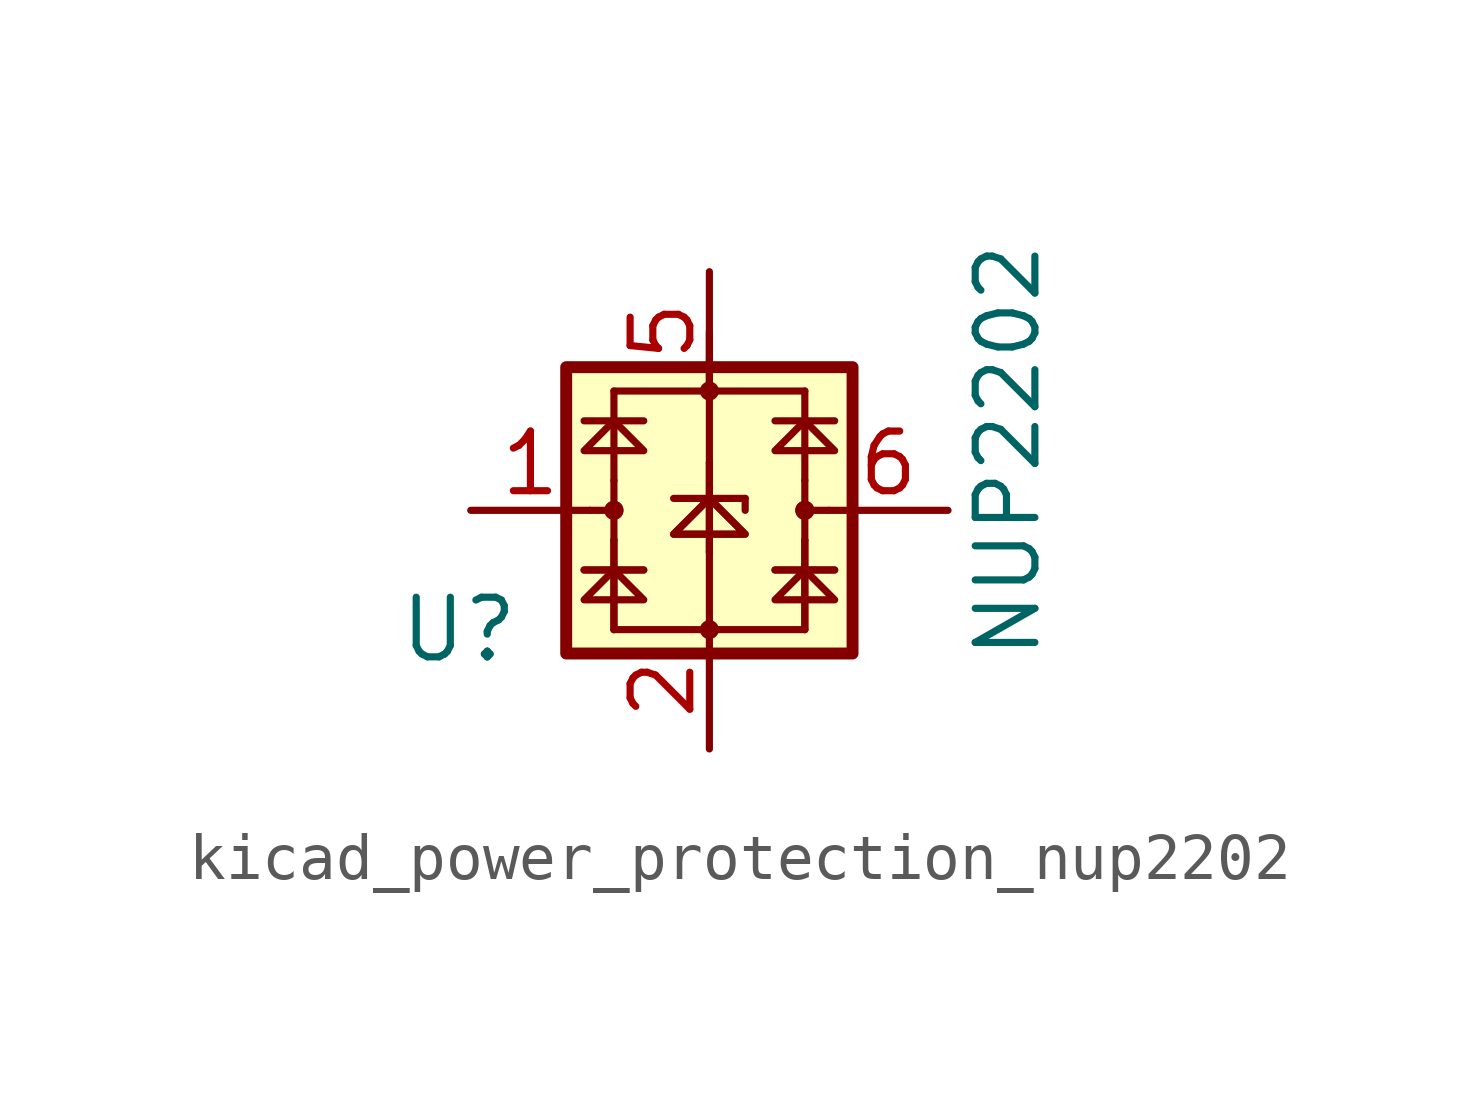
<source format=kicad_sym>
(kicad_symbol_lib
  (version 20220914)
  (generator kicad_symbol_editor)
  (symbol "kicad_power_protection_nup2202"
    (property "Reference" "U"
      (at -5.334 -2.54 0)
      (effects (font (size 1.27 1.27))))
    (property "Value" "NUP2202"
      (at 6.35 1.27 90)
      (effects (font (size 1.27 1.27))))
    (symbol "kicad_power_protection_nup2202_0_1"
      (rectangle (start -3.048 3.048) (end 3.048 -3.048) (stroke (width 0.254) (type default)) (fill (type background)))
      (circle (center -2.032 0) (radius 0.127) (stroke (width 0) (type default)) (fill (type none)))
      (circle (center -2.032 0) (radius 0.127) (stroke (width 0) (type default)) (fill (type none)))
      (circle (center 0 -2.54) (radius 0.127) (stroke (width 0) (type default)) (fill (type none)))
      (polyline (pts (xy -2.667 -1.27) (xy -1.397 -1.27)) (stroke (width 0) (type default)) (fill (type none)))
      (polyline (pts (xy -2.667 -1.27) (xy -1.397 -1.27)) (stroke (width 0) (type default)) (fill (type none)))
      (polyline (pts (xy -2.667 1.905) (xy -1.397 1.905)) (stroke (width 0) (type default)) (fill (type none)))
      (polyline (pts (xy -2.54 0) (xy -2.032 0)) (stroke (width 0) (type default)) (fill (type none)))
      (polyline (pts (xy -2.032 -2.54) (xy -2.032 -0.635)) (stroke (width 0) (type default)) (fill (type none)))
      (polyline (pts (xy -2.032 -2.54) (xy -2.032 -0.635)) (stroke (width 0) (type default)) (fill (type none)))
      (polyline (pts (xy -2.032 0.635) (xy -2.032 -0.635)) (stroke (width 0) (type default)) (fill (type none)))
      (polyline (pts (xy -2.032 0.635) (xy -2.032 2.54)) (stroke (width 0) (type default)) (fill (type none)))
      (polyline (pts (xy -2.032 2.54) (xy 2.032 2.54)) (stroke (width 0) (type default)) (fill (type none)))
      (polyline (pts (xy -0.762 0.254) (xy 0.762 0.254)) (stroke (width 0) (type default)) (fill (type none)))
      (polyline (pts (xy 0 -0.889) (xy 0 -2.54)) (stroke (width 0) (type default)) (fill (type none)))
      (polyline (pts (xy 0 -0.889) (xy 0 1.016)) (stroke (width 0) (type default)) (fill (type none)))
      (polyline (pts (xy 0 -0.889) (xy 0 1.016)) (stroke (width 0) (type default)) (fill (type none)))
      (polyline (pts (xy 0 1.016) (xy 0 3.81)) (stroke (width 0) (type default)) (fill (type none)))
      (polyline (pts (xy 0.762 0) (xy 0.762 0.254)) (stroke (width 0) (type default)) (fill (type none)))
      (polyline (pts (xy 1.397 -1.27) (xy 2.667 -1.27)) (stroke (width 0) (type default)) (fill (type none)))
      (polyline (pts (xy 1.397 -1.27) (xy 2.667 -1.27)) (stroke (width 0) (type default)) (fill (type none)))
      (polyline (pts (xy 1.397 1.905) (xy 2.667 1.905)) (stroke (width 0) (type default)) (fill (type none)))
      (polyline (pts (xy 2.032 -2.54) (xy -2.032 -2.54)) (stroke (width 0) (type default)) (fill (type none)))
      (polyline (pts (xy 2.032 -2.54) (xy 2.032 -0.635)) (stroke (width 0) (type default)) (fill (type none)))
      (polyline (pts (xy 2.032 -2.54) (xy 2.032 -0.635)) (stroke (width 0) (type default)) (fill (type none)))
      (polyline (pts (xy 2.032 0) (xy 2.54 0)) (stroke (width 0) (type default)) (fill (type none)))
      (polyline (pts (xy 2.032 0.635) (xy 2.032 -0.635)) (stroke (width 0) (type default)) (fill (type none)))
      (polyline (pts (xy 2.032 0.635) (xy 2.032 2.54)) (stroke (width 0) (type default)) (fill (type none)))
      (polyline (pts (xy -2.667 -1.905) (xy -1.397 -1.905) (xy -2.032 -1.27) (xy -2.667 -1.905)) (stroke (width 0) (type default)) (fill (type none)))
      (polyline (pts (xy -2.667 1.27) (xy -1.397 1.27) (xy -2.032 1.905) (xy -2.667 1.27)) (stroke (width 0) (type default)) (fill (type none)))
      (polyline (pts (xy -0.762 -0.508) (xy 0.762 -0.508) (xy 0 0.254) (xy -0.762 -0.508)) (stroke (width 0) (type default)) (fill (type none)))
      (polyline (pts (xy -0.762 -0.508) (xy 0.762 -0.508) (xy 0 0.254) (xy -0.762 -0.508)) (stroke (width 0) (type default)) (fill (type none)))
      (polyline (pts (xy 1.397 -1.905) (xy 2.667 -1.905) (xy 2.032 -1.27) (xy 1.397 -1.905)) (stroke (width 0) (type default)) (fill (type none)))
      (polyline (pts (xy 1.397 1.27) (xy 2.667 1.27) (xy 2.032 1.905) (xy 1.397 1.27)) (stroke (width 0) (type default)) (fill (type none)))
      (circle (center 0 2.54) (radius 0.127) (stroke (width 0) (type default)) (fill (type none)))
      (circle (center 2.032 0) (radius 0.127) (stroke (width 0) (type default)) (fill (type none)))
      (circle (center 2.032 0) (radius 0.127) (stroke (width 0) (type default)) (fill (type none))))
    (symbol "kicad_power_protection_nup2202_1_1"
      (pin passive line (at -5.08 0 0) (length 2.54) (name "~" (effects (font (size 1.27 1.27)))) (number "1" (effects (font (size 1.27 1.27)))))
      (pin passive line (at 0 -5.08 90) (length 2.54) (name "~" (effects (font (size 1.27 1.27)))) (number "2" (effects (font (size 1.27 1.27)))))
      (pin no_connect line (at 0 -2.54 90) (length 2.54) hide (name "~" (effects (font (size 1.27 1.27)))) (number "3" (effects (font (size 1.27 1.27)))))
      (pin no_connect line (at 0 2.54 270) (length 2.54) hide (name "~" (effects (font (size 1.27 1.27)))) (number "4" (effects (font (size 1.27 1.27)))))
      (pin passive line (at 0 5.08 270) (length 2.54) (name "~" (effects (font (size 1.27 1.27)))) (number "5" (effects (font (size 1.27 1.27)))))
      (pin passive line (at 5.08 0 180) (length 2.54) (name "~" (effects (font (size 1.27 1.27)))) (number "6" (effects (font (size 1.27 1.27))))))))
</source>
